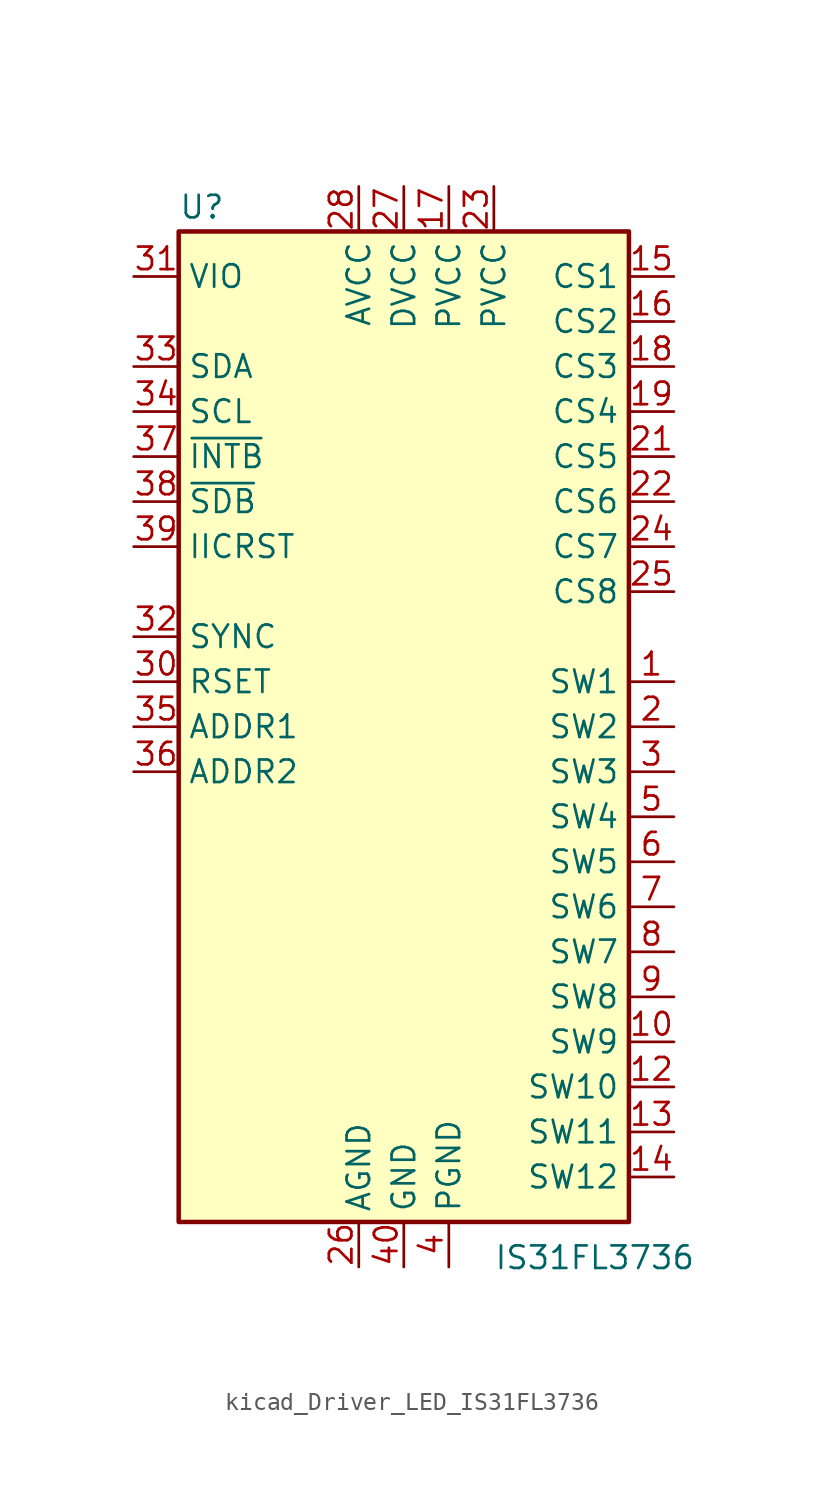
<source format=kicad_sym>
(kicad_symbol_lib
  (version 20220914)
  (generator kicad_symbol_editor)
  (symbol "kicad_Driver_LED_IS31FL3736"
    (property "Reference" "U"
      (at -12.7 28.575 0)
      (effects (font (size 1.27 1.27)) (justify left bottom)))
    (property "Value" "IS31FL3736"
      (at 5.08 -29.21 0)
      (effects (font (size 1.27 1.27)) (justify left top)))
    (symbol "kicad_Driver_LED_IS31FL3736_0_1"
      (rectangle (start -12.7 27.94) (end 12.7 -27.94) (stroke (width 0.254) (type default)) (fill (type background))))
    (symbol "kicad_Driver_LED_IS31FL3736_1_1"
      (pin input line (at 15.24 2.54 180) (length 2.54) (name "SW1" (effects (font (size 1.27 1.27)))) (number "1" (effects (font (size 1.27 1.27)))))
      (pin input line (at 15.24 -17.78 180) (length 2.54) (name "SW9" (effects (font (size 1.27 1.27)))) (number "10" (effects (font (size 1.27 1.27)))))
      (pin passive line (at 2.54 -30.48 90) (length 2.54) hide (name "PGND" (effects (font (size 1.27 1.27)))) (number "11" (effects (font (size 1.27 1.27)))))
      (pin input line (at 15.24 -20.32 180) (length 2.54) (name "SW10" (effects (font (size 1.27 1.27)))) (number "12" (effects (font (size 1.27 1.27)))))
      (pin input line (at 15.24 -22.86 180) (length 2.54) (name "SW11" (effects (font (size 1.27 1.27)))) (number "13" (effects (font (size 1.27 1.27)))))
      (pin input line (at 15.24 -25.4 180) (length 2.54) (name "SW12" (effects (font (size 1.27 1.27)))) (number "14" (effects (font (size 1.27 1.27)))))
      (pin output line (at 15.24 25.4 180) (length 2.54) (name "CS1" (effects (font (size 1.27 1.27)))) (number "15" (effects (font (size 1.27 1.27)))))
      (pin output line (at 15.24 22.86 180) (length 2.54) (name "CS2" (effects (font (size 1.27 1.27)))) (number "16" (effects (font (size 1.27 1.27)))))
      (pin power_in line (at 2.54 30.48 270) (length 2.54) (name "PVCC" (effects (font (size 1.27 1.27)))) (number "17" (effects (font (size 1.27 1.27)))))
      (pin output line (at 15.24 20.32 180) (length 2.54) (name "CS3" (effects (font (size 1.27 1.27)))) (number "18" (effects (font (size 1.27 1.27)))))
      (pin output line (at 15.24 17.78 180) (length 2.54) (name "CS4" (effects (font (size 1.27 1.27)))) (number "19" (effects (font (size 1.27 1.27)))))
      (pin input line (at 15.24 0 180) (length 2.54) (name "SW2" (effects (font (size 1.27 1.27)))) (number "2" (effects (font (size 1.27 1.27)))))
      (pin no_connect line (at -12.7 -22.86 0) (length 2.54) hide (name "NC" (effects (font (size 1.27 1.27)))) (number "20" (effects (font (size 1.27 1.27)))))
      (pin output line (at 15.24 15.24 180) (length 2.54) (name "CS5" (effects (font (size 1.27 1.27)))) (number "21" (effects (font (size 1.27 1.27)))))
      (pin output line (at 15.24 12.7 180) (length 2.54) (name "CS6" (effects (font (size 1.27 1.27)))) (number "22" (effects (font (size 1.27 1.27)))))
      (pin power_in line (at 5.08 30.48 270) (length 2.54) (name "PVCC" (effects (font (size 1.27 1.27)))) (number "23" (effects (font (size 1.27 1.27)))))
      (pin output line (at 15.24 10.16 180) (length 2.54) (name "CS7" (effects (font (size 1.27 1.27)))) (number "24" (effects (font (size 1.27 1.27)))))
      (pin output line (at 15.24 7.62 180) (length 2.54) (name "CS8" (effects (font (size 1.27 1.27)))) (number "25" (effects (font (size 1.27 1.27)))))
      (pin power_in line (at -2.54 -30.48 90) (length 2.54) (name "AGND" (effects (font (size 1.27 1.27)))) (number "26" (effects (font (size 1.27 1.27)))))
      (pin power_in line (at 0 30.48 270) (length 2.54) (name "DVCC" (effects (font (size 1.27 1.27)))) (number "27" (effects (font (size 1.27 1.27)))))
      (pin power_in line (at -2.54 30.48 270) (length 2.54) (name "AVCC" (effects (font (size 1.27 1.27)))) (number "28" (effects (font (size 1.27 1.27)))))
      (pin no_connect line (at -12.7 -25.4 0) (length 2.54) hide (name "NC" (effects (font (size 1.27 1.27)))) (number "29" (effects (font (size 1.27 1.27)))))
      (pin input line (at 15.24 -2.54 180) (length 2.54) (name "SW3" (effects (font (size 1.27 1.27)))) (number "3" (effects (font (size 1.27 1.27)))))
      (pin passive line (at -15.24 2.54 0) (length 2.54) (name "RSET" (effects (font (size 1.27 1.27)))) (number "30" (effects (font (size 1.27 1.27)))))
      (pin input line (at -15.24 25.4 0) (length 2.54) (name "VIO" (effects (font (size 1.27 1.27)))) (number "31" (effects (font (size 1.27 1.27)))))
      (pin input line (at -15.24 5.08 0) (length 2.54) (name "SYNC" (effects (font (size 1.27 1.27)))) (number "32" (effects (font (size 1.27 1.27)))))
      (pin bidirectional line (at -15.24 20.32 0) (length 2.54) (name "SDA" (effects (font (size 1.27 1.27)))) (number "33" (effects (font (size 1.27 1.27)))))
      (pin input line (at -15.24 17.78 0) (length 2.54) (name "SCL" (effects (font (size 1.27 1.27)))) (number "34" (effects (font (size 1.27 1.27)))))
      (pin input line (at -15.24 0 0) (length 2.54) (name "ADDR1" (effects (font (size 1.27 1.27)))) (number "35" (effects (font (size 1.27 1.27)))))
      (pin input line (at -15.24 -2.54 0) (length 2.54) (name "ADDR2" (effects (font (size 1.27 1.27)))) (number "36" (effects (font (size 1.27 1.27)))))
      (pin open_collector line (at -15.24 15.24 0) (length 2.54) (name "~{INTB}" (effects (font (size 1.27 1.27)))) (number "37" (effects (font (size 1.27 1.27)))))
      (pin input line (at -15.24 12.7 0) (length 2.54) (name "~{SDB}" (effects (font (size 1.27 1.27)))) (number "38" (effects (font (size 1.27 1.27)))))
      (pin input line (at -15.24 10.16 0) (length 2.54) (name "IICRST" (effects (font (size 1.27 1.27)))) (number "39" (effects (font (size 1.27 1.27)))))
      (pin power_in line (at 2.54 -30.48 90) (length 2.54) (name "PGND" (effects (font (size 1.27 1.27)))) (number "4" (effects (font (size 1.27 1.27)))))
      (pin power_in line (at 0 -30.48 90) (length 2.54) (name "GND" (effects (font (size 1.27 1.27)))) (number "40" (effects (font (size 1.27 1.27)))))
      (pin passive line (at 0 -30.48 90) (length 2.54) hide (name "GND" (effects (font (size 1.27 1.27)))) (number "41" (effects (font (size 1.27 1.27)))))
      (pin input line (at 15.24 -5.08 180) (length 2.54) (name "SW4" (effects (font (size 1.27 1.27)))) (number "5" (effects (font (size 1.27 1.27)))))
      (pin input line (at 15.24 -7.62 180) (length 2.54) (name "SW5" (effects (font (size 1.27 1.27)))) (number "6" (effects (font (size 1.27 1.27)))))
      (pin input line (at 15.24 -10.16 180) (length 2.54) (name "SW6" (effects (font (size 1.27 1.27)))) (number "7" (effects (font (size 1.27 1.27)))))
      (pin input line (at 15.24 -12.7 180) (length 2.54) (name "SW7" (effects (font (size 1.27 1.27)))) (number "8" (effects (font (size 1.27 1.27)))))
      (pin input line (at 15.24 -15.24 180) (length 2.54) (name "SW8" (effects (font (size 1.27 1.27)))) (number "9" (effects (font (size 1.27 1.27))))))))
</source>
